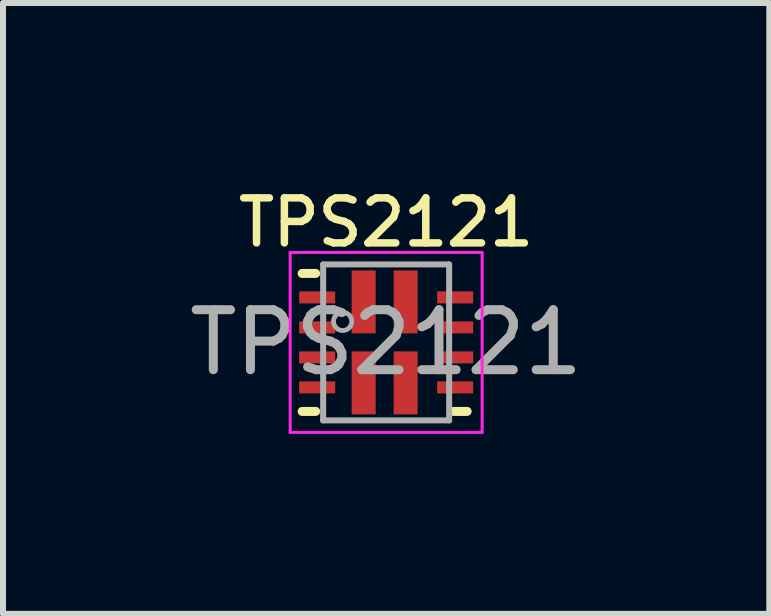
<source format=kicad_pcb>
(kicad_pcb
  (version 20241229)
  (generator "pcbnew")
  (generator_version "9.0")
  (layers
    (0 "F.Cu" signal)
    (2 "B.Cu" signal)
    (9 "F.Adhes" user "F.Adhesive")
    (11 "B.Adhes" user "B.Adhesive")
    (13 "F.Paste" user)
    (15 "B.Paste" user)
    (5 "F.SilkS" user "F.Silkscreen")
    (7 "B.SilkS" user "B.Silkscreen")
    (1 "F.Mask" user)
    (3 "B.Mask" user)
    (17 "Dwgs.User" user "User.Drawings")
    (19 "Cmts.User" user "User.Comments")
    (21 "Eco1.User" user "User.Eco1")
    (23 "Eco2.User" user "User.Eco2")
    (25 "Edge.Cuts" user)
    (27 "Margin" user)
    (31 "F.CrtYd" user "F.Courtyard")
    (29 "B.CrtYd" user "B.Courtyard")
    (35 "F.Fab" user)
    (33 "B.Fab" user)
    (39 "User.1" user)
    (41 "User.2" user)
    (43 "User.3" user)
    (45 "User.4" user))
  (footprint "TPS2121"
    (layer "F.Cu")
    (at 3.387 2.658)
    (property "Reference" "TPS2121" (at 0 -2 180) (layer "F.SilkS") (effects (font (size 0.75 0.75) (thickness 0.125))))
    (attr smd)
    (fp_line (start -1.4 -1.15) (end -1.175 -1.15) (stroke (width 0.15) (type solid)) (layer "F.SilkS"))
    (fp_line (start -1.4 1.15) (end -1.175 1.15) (stroke (width 0.15) (type solid)) (layer "F.SilkS"))
    (fp_line (start 1.125 1.15) (end 1.35 1.15) (stroke (width 0.15) (type solid)) (layer "F.SilkS"))
    (fp_line (start -1.6 -1.5) (end 1.6 -1.5) (stroke (width 0.05) (type default)) (layer "F.CrtYd"))
    (fp_line (start -1.6 1.5) (end -1.6 -1.5) (stroke (width 0.05) (type default)) (layer "F.CrtYd"))
    (fp_line (start 1.6 -1.5) (end 1.6 1.5) (stroke (width 0.05) (type default)) (layer "F.CrtYd"))
    (fp_line (start 1.6 1.5) (end -1.6 1.5) (stroke (width 0.05) (type default)) (layer "F.CrtYd"))
    (fp_line (start -1.05 -1.3) (end 1.05 -1.3) (stroke (width 0.1) (type solid)) (layer "F.Fab"))
    (fp_line (start -1.05 1.3) (end -1.05 -1.3) (stroke (width 0.1) (type solid)) (layer "F.Fab"))
    (fp_line (start -1.05 1.3) (end 1.05 1.3) (stroke (width 0.1) (type solid)) (layer "F.Fab"))
    (fp_line (start 1.05 1.3) (end 1.05 -1.3) (stroke (width 0.1) (type solid)) (layer "F.Fab"))
    (fp_circle (center -0.725 -0.35) (end -0.573 -0.35) (stroke (width 0.08) (type solid)) (fill no) (layer "F.Fab"))
    (fp_text user "${REFERENCE}" (at 0 0 0) (unlocked yes) (layer "F.Fab") (effects (font (size 1 1) (thickness 0.15))))
    (pad "1" smd rect (at 0.325 -0.675 270) (size 1.05 0.4) (layers "F.Cu" "F.Mask" "F.Paste"))
    (pad "2" smd rect (at -0.375 -0.675 270) (size 1.05 0.4) (layers "F.Cu" "F.Mask" "F.Paste"))
    (pad "3" smd rect (at -1.15 -0.75) (size 0.6 0.2) (layers "F.Cu" "F.Mask" "F.Paste"))
    (pad "4" smd rect (at -1.15 -0.25) (size 0.6 0.2) (layers "F.Cu" "F.Mask" "F.Paste"))
    (pad "5" smd rect (at -1.15 0.25) (size 0.6 0.2) (layers "F.Cu" "F.Mask" "F.Paste"))
    (pad "6" smd rect (at -1.15 0.75) (size 0.6 0.2) (layers "F.Cu" "F.Mask" "F.Paste"))
    (pad "7" smd rect (at -0.375 0.675 270) (size 1.05 0.4) (layers "F.Cu" "F.Mask" "F.Paste"))
    (pad "8" smd rect (at 0.325 0.675 270) (size 1.05 0.4) (layers "F.Cu" "F.Mask" "F.Paste"))
    (pad "9" smd rect (at 1.15 0.75) (size 0.6 0.2) (layers "F.Cu" "F.Mask" "F.Paste"))
    (pad "10" smd rect (at 1.15 0.25) (size 0.6 0.2) (layers "F.Cu" "F.Mask" "F.Paste"))
    (pad "11" smd rect (at 1.15 -0.25) (size 0.6 0.2) (layers "F.Cu" "F.Mask" "F.Paste"))
    (pad "12" smd rect (at 1.15 -0.75) (size 0.6 0.2) (layers "F.Cu" "F.Mask" "F.Paste")))
  (gr_rect
    (start -3 -3)
    (end 9.774 7.183)
    (stroke (width 0.1) (type default))
    (fill no)
    (layer "Edge.Cuts")))
</source>
